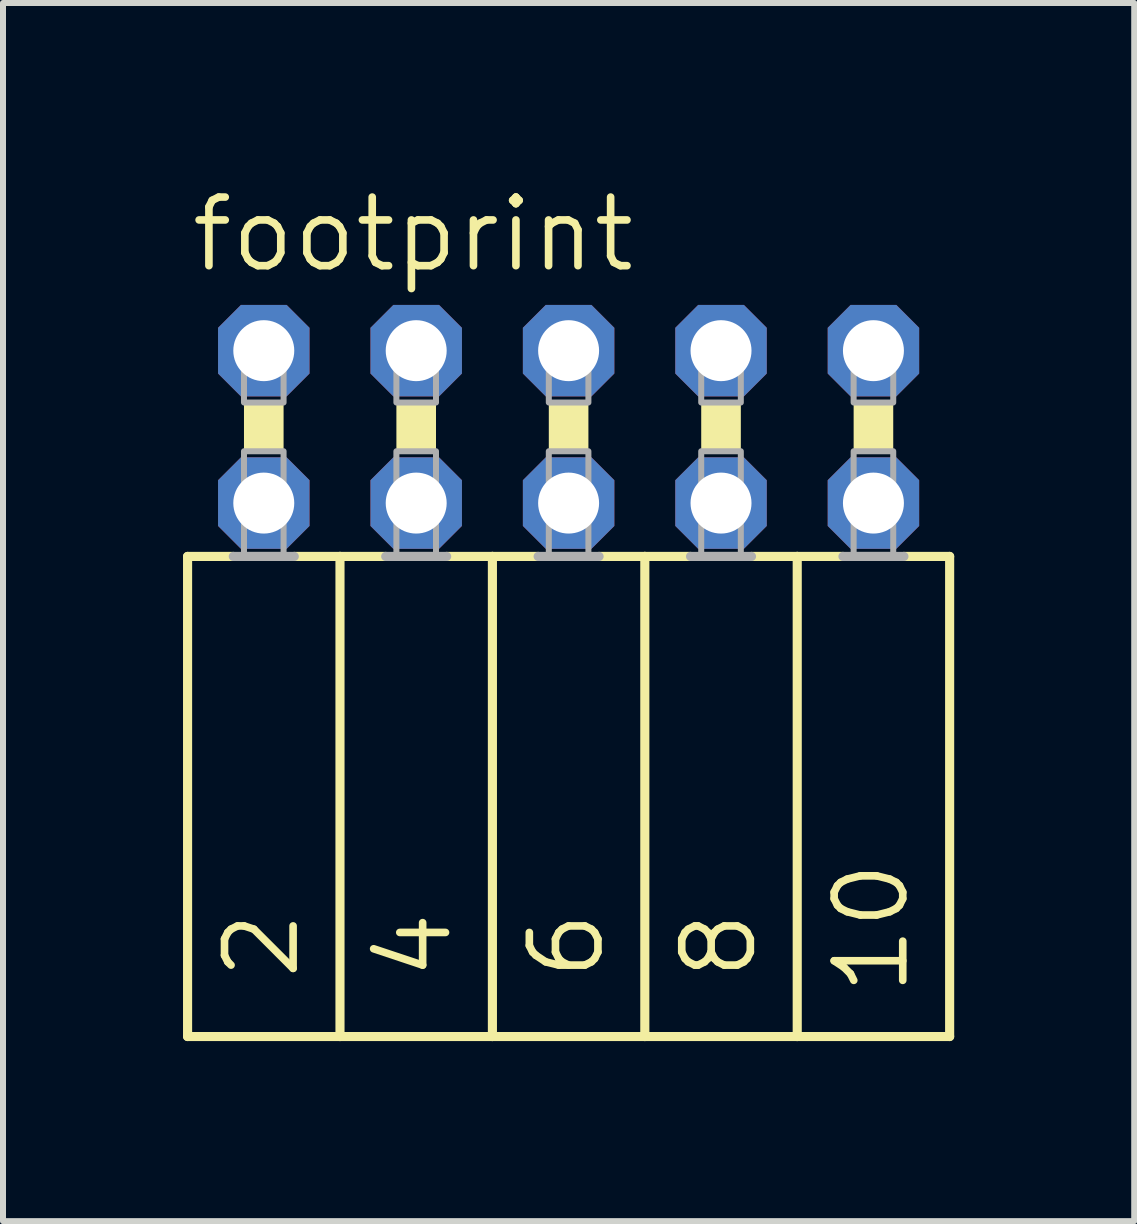
<source format=kicad_pcb>
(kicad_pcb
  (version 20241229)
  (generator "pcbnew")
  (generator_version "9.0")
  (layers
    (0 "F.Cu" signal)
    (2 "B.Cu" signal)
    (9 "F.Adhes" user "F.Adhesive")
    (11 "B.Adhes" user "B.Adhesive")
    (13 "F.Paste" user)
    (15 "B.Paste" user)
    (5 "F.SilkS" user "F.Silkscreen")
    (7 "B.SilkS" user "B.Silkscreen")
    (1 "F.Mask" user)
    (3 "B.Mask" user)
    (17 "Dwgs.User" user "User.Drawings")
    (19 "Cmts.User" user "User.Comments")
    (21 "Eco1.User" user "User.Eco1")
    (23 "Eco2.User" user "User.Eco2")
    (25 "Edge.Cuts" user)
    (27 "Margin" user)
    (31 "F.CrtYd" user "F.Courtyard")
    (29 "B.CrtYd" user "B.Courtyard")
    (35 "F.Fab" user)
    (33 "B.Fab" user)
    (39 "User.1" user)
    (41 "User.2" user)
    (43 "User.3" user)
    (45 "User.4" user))
  (footprint "footprint"
    (layer "F.Cu")
    (at 6.426 4.064)
    (property "Reference" "footprint" (at -6.35 -2.54 0) (layer "F.SilkS") (effects (font (size 1.143 1.143) (thickness 0.127)) (justify left bottom)))
    (fp_line (start -6.35 2.159) (end -6.35 10.16) (stroke (width 0.152) (type solid)) (layer "F.SilkS"))
    (fp_line (start -6.35 2.159) (end -5.588 2.159) (stroke (width 0.152) (type solid)) (layer "F.SilkS"))
    (fp_line (start -4.572 2.159) (end -3.81 2.159) (stroke (width 0.152) (type solid)) (layer "F.SilkS"))
    (fp_line (start -3.81 2.159) (end -3.81 10.16) (stroke (width 0.152) (type solid)) (layer "F.SilkS"))
    (fp_line (start -3.81 2.159) (end -3.048 2.159) (stroke (width 0.152) (type solid)) (layer "F.SilkS"))
    (fp_line (start -3.81 10.16) (end -6.35 10.16) (stroke (width 0.152) (type solid)) (layer "F.SilkS"))
    (fp_line (start -2.032 2.159) (end -1.27 2.159) (stroke (width 0.152) (type solid)) (layer "F.SilkS"))
    (fp_line (start -1.27 2.159) (end -1.27 10.16) (stroke (width 0.152) (type solid)) (layer "F.SilkS"))
    (fp_line (start -1.27 2.159) (end -0.508 2.159) (stroke (width 0.152) (type solid)) (layer "F.SilkS"))
    (fp_line (start -1.27 10.16) (end -3.81 10.16) (stroke (width 0.152) (type solid)) (layer "F.SilkS"))
    (fp_line (start 0.508 2.159) (end 1.27 2.159) (stroke (width 0.152) (type solid)) (layer "F.SilkS"))
    (fp_line (start 1.27 2.159) (end 1.27 10.16) (stroke (width 0.152) (type solid)) (layer "F.SilkS"))
    (fp_line (start 1.27 10.16) (end -1.27 10.16) (stroke (width 0.152) (type solid)) (layer "F.SilkS"))
    (fp_line (start 2.032 2.159) (end 1.27 2.159) (stroke (width 0.152) (type solid)) (layer "F.SilkS"))
    (fp_line (start 3.81 2.159) (end 3.048 2.159) (stroke (width 0.152) (type solid)) (layer "F.SilkS"))
    (fp_line (start 3.81 2.159) (end 3.81 10.16) (stroke (width 0.152) (type solid)) (layer "F.SilkS"))
    (fp_line (start 3.81 2.159) (end 4.572 2.159) (stroke (width 0.152) (type solid)) (layer "F.SilkS"))
    (fp_line (start 3.81 10.16) (end 1.27 10.16) (stroke (width 0.152) (type solid)) (layer "F.SilkS"))
    (fp_line (start 5.588 2.159) (end 6.35 2.159) (stroke (width 0.152) (type solid)) (layer "F.SilkS"))
    (fp_line (start 6.35 2.159) (end 6.35 10.16) (stroke (width 0.152) (type solid)) (layer "F.SilkS"))
    (fp_line (start 6.35 10.16) (end 3.81 10.16) (stroke (width 0.152) (type solid)) (layer "F.SilkS"))
    (fp_poly (pts (xy -5.41 0.406) (xy -4.75 0.406) (xy -4.75 -0.406) (xy -5.41 -0.406)) (stroke (width 0) (type solid)) (fill yes) (layer "F.SilkS"))
    (fp_poly (pts (xy -2.87 0.406) (xy -2.21 0.406) (xy -2.21 -0.406) (xy -2.87 -0.406)) (stroke (width 0) (type solid)) (fill yes) (layer "F.SilkS"))
    (fp_poly (pts (xy -0.33 0.406) (xy 0.33 0.406) (xy 0.33 -0.406) (xy -0.33 -0.406)) (stroke (width 0) (type solid)) (fill yes) (layer "F.SilkS"))
    (fp_poly (pts (xy 2.21 0.406) (xy 2.87 0.406) (xy 2.87 -0.406) (xy 2.21 -0.406)) (stroke (width 0) (type solid)) (fill yes) (layer "F.SilkS"))
    (fp_poly (pts (xy 4.75 0.406) (xy 5.41 0.406) (xy 5.41 -0.406) (xy 4.75 -0.406)) (stroke (width 0) (type solid)) (fill yes) (layer "F.SilkS"))
    (fp_line (start -5.588 2.159) (end -4.572 2.159) (stroke (width 0.152) (type solid)) (layer "F.Fab"))
    (fp_line (start -3.048 2.159) (end -2.032 2.159) (stroke (width 0.152) (type solid)) (layer "F.Fab"))
    (fp_line (start -0.508 2.159) (end 0.508 2.159) (stroke (width 0.152) (type solid)) (layer "F.Fab"))
    (fp_line (start 3.048 2.159) (end 2.032 2.159) (stroke (width 0.152) (type solid)) (layer "F.Fab"))
    (fp_line (start 4.572 2.159) (end 5.588 2.159) (stroke (width 0.152) (type solid)) (layer "F.Fab"))
    (fp_poly (pts (xy -5.41 -0.406) (xy -4.75 -0.406) (xy -4.75 -1.575) (xy -5.41 -1.575)) (stroke (width 0.1) (type solid)) (fill no) (layer "F.Fab"))
    (fp_poly (pts (xy -5.41 2.134) (xy -4.75 2.134) (xy -4.75 0.406) (xy -5.41 0.406)) (stroke (width 0.1) (type solid)) (fill no) (layer "F.Fab"))
    (fp_poly (pts (xy -2.87 -0.406) (xy -2.21 -0.406) (xy -2.21 -1.575) (xy -2.87 -1.575)) (stroke (width 0.1) (type solid)) (fill no) (layer "F.Fab"))
    (fp_poly (pts (xy -2.87 2.134) (xy -2.21 2.134) (xy -2.21 0.406) (xy -2.87 0.406)) (stroke (width 0.1) (type solid)) (fill no) (layer "F.Fab"))
    (fp_poly (pts (xy -0.33 -0.406) (xy 0.33 -0.406) (xy 0.33 -1.575) (xy -0.33 -1.575)) (stroke (width 0.1) (type solid)) (fill no) (layer "F.Fab"))
    (fp_poly (pts (xy -0.33 2.134) (xy 0.33 2.134) (xy 0.33 0.406) (xy -0.33 0.406)) (stroke (width 0.1) (type solid)) (fill no) (layer "F.Fab"))
    (fp_poly (pts (xy 2.21 -0.406) (xy 2.87 -0.406) (xy 2.87 -1.575) (xy 2.21 -1.575)) (stroke (width 0.1) (type solid)) (fill no) (layer "F.Fab"))
    (fp_poly (pts (xy 2.21 2.134) (xy 2.87 2.134) (xy 2.87 0.406) (xy 2.21 0.406)) (stroke (width 0.1) (type solid)) (fill no) (layer "F.Fab"))
    (fp_poly (pts (xy 4.75 -0.406) (xy 5.41 -0.406) (xy 5.41 -1.575) (xy 4.75 -1.575)) (stroke (width 0.1) (type solid)) (fill no) (layer "F.Fab"))
    (fp_poly (pts (xy 4.75 2.134) (xy 5.41 2.134) (xy 5.41 0.406) (xy 4.75 0.406)) (stroke (width 0.1) (type solid)) (fill no) (layer "F.Fab"))
    (fp_text user "10" (at 5.715 9.525 90) (layer "F.SilkS") (effects (font (size 1.143 1.143) (thickness 0.127)) (justify left bottom)))
    (fp_text user "6" (at 0.635 9.271 90) (layer "F.SilkS") (effects (font (size 1.143 1.143) (thickness 0.127)) (justify left bottom)))
    (fp_text user "4" (at -1.905 9.271 90) (layer "F.SilkS") (effects (font (size 1.143 1.143) (thickness 0.127)) (justify left bottom)))
    (fp_text user "2" (at -4.445 9.271 90) (layer "F.SilkS") (effects (font (size 1.143 1.143) (thickness 0.127)) (justify left bottom)))
    (fp_text user "8" (at 3.175 9.271 90) (layer "F.SilkS") (effects (font (size 1.143 1.143) (thickness 0.127)) (justify left bottom)))
    (pad "1" thru_hole roundrect (at -5.08 -1.27) (size 1.524 1.524) (drill 1.016) (layers "*.Cu" "*.Mask") (roundrect_rratio 0.25) (chamfer_ratio 0.25) (chamfer top_left top_right bottom_left bottom_right))
    (pad "2" thru_hole roundrect (at -5.08 1.27) (size 1.524 1.524) (drill 1.016) (layers "*.Cu" "*.Mask") (roundrect_rratio 0.25) (chamfer_ratio 0.25) (chamfer top_left top_right bottom_left bottom_right))
    (pad "3" thru_hole roundrect (at -2.54 -1.27) (size 1.524 1.524) (drill 1.016) (layers "*.Cu" "*.Mask") (roundrect_rratio 0.25) (chamfer_ratio 0.25) (chamfer top_left top_right bottom_left bottom_right))
    (pad "4" thru_hole roundrect (at -2.54 1.27) (size 1.524 1.524) (drill 1.016) (layers "*.Cu" "*.Mask") (roundrect_rratio 0.25) (chamfer_ratio 0.25) (chamfer top_left top_right bottom_left bottom_right))
    (pad "5" thru_hole roundrect (at 0 -1.27) (size 1.524 1.524) (drill 1.016) (layers "*.Cu" "*.Mask") (roundrect_rratio 0.25) (chamfer_ratio 0.25) (chamfer top_left top_right bottom_left bottom_right))
    (pad "6" thru_hole roundrect (at 0 1.27) (size 1.524 1.524) (drill 1.016) (layers "*.Cu" "*.Mask") (roundrect_rratio 0.25) (chamfer_ratio 0.25) (chamfer top_left top_right bottom_left bottom_right))
    (pad "7" thru_hole roundrect (at 2.54 -1.27) (size 1.524 1.524) (drill 1.016) (layers "*.Cu" "*.Mask") (roundrect_rratio 0.25) (chamfer_ratio 0.25) (chamfer top_left top_right bottom_left bottom_right))
    (pad "8" thru_hole roundrect (at 2.54 1.27) (size 1.524 1.524) (drill 1.016) (layers "*.Cu" "*.Mask") (roundrect_rratio 0.25) (chamfer_ratio 0.25) (chamfer top_left top_right bottom_left bottom_right))
    (pad "9" thru_hole roundrect (at 5.08 -1.27) (size 1.524 1.524) (drill 1.016) (layers "*.Cu" "*.Mask") (roundrect_rratio 0.25) (chamfer_ratio 0.25) (chamfer top_left top_right bottom_left bottom_right))
    (pad "10" thru_hole roundrect (at 5.08 1.27) (size 1.524 1.524) (drill 1.016) (layers "*.Cu" "*.Mask") (roundrect_rratio 0.25) (chamfer_ratio 0.25) (chamfer top_left top_right bottom_left bottom_right)))
  (gr_rect
    (start -3 -3)
    (end 15.852 17.3)
    (stroke (width 0.1) (type default))
    (fill no)
    (layer "Edge.Cuts")))
</source>
